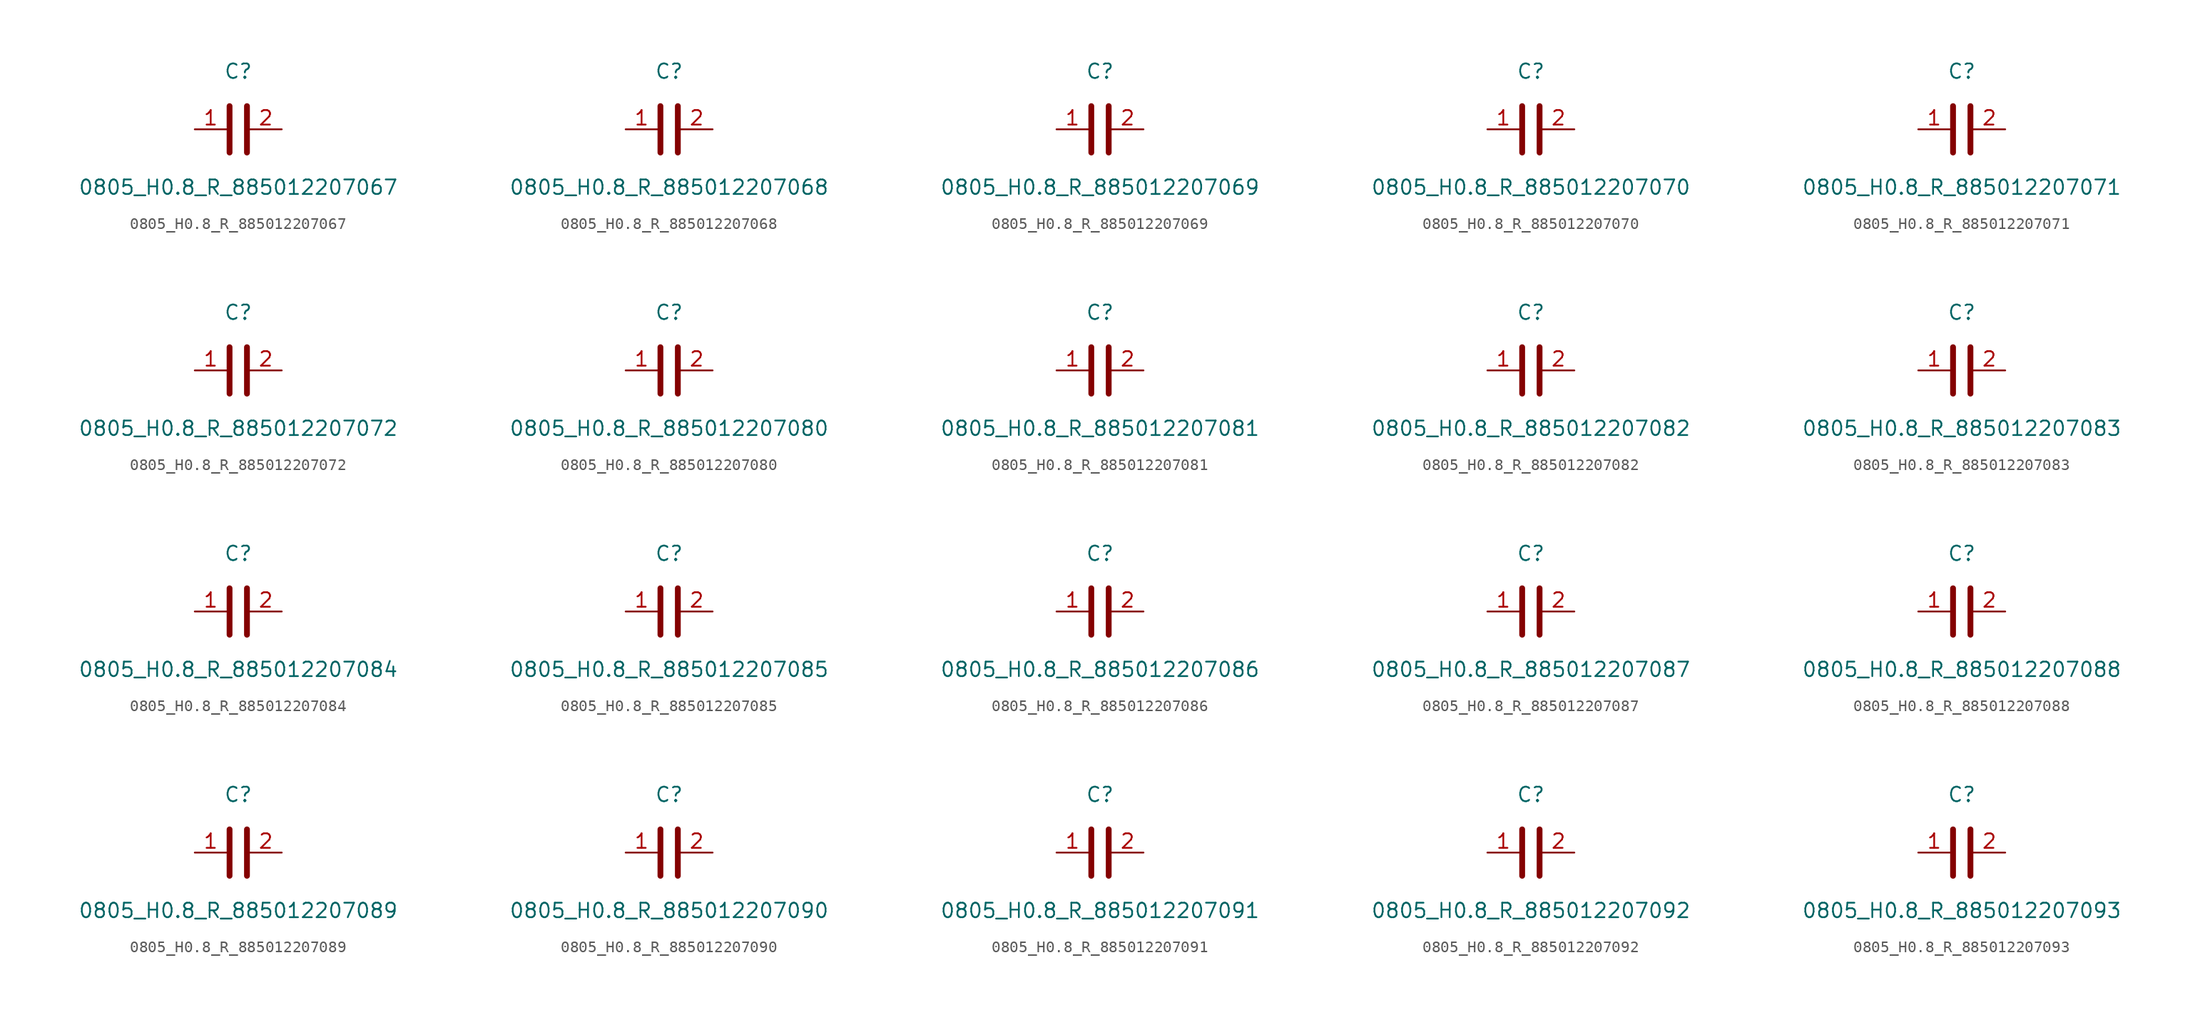
<source format=kicad_sym>
(kicad_symbol_lib
  (version 20220914)
  (generator kicad_symbol_editor)
  (symbol "0805_H0.8_R_885012207067"
    (pin_names hide)
    (property "Reference" "C"
      (at 0 5.08 0)
      (effects (font (size 1.27 1.27))))
    (property "Value" "0805_H0.8_R_885012207067"
      (at 0 -5.08 0)
      (effects (font (size 1.27 1.27))))
    (symbol "0805_H0.8_R_885012207067_0_1"
      (polyline (pts (xy -0.762 -2.032) (xy -0.762 2.032)) (stroke (width 0.508) (type default)) (fill (type none)))
      (polyline (pts (xy 0.762 -2.032) (xy 0.762 2.032)) (stroke (width 0.508) (type default)) (fill (type none))))
    (symbol "0805_H0.8_R_885012207067_1_1"
      (pin passive line (at -3.81 0 0) (length 2.794) (name "1" (effects (font (size 1.27 1.27)))) (number "1" (effects (font (size 1.27 1.27)))))
      (pin passive line (at 3.81 0 180) (length 2.794) (name "2" (effects (font (size 1.27 1.27)))) (number "2" (effects (font (size 1.27 1.27)))))))
  (symbol "0805_H0.8_R_885012207068"
    (pin_names hide)
    (property "Reference" "C"
      (at 0 5.08 0)
      (effects (font (size 1.27 1.27))))
    (property "Value" "0805_H0.8_R_885012207068"
      (at 0 -5.08 0)
      (effects (font (size 1.27 1.27))))
    (symbol "0805_H0.8_R_885012207068_0_1"
      (polyline (pts (xy -0.762 -2.032) (xy -0.762 2.032)) (stroke (width 0.508) (type default)) (fill (type none)))
      (polyline (pts (xy 0.762 -2.032) (xy 0.762 2.032)) (stroke (width 0.508) (type default)) (fill (type none))))
    (symbol "0805_H0.8_R_885012207068_1_1"
      (pin passive line (at -3.81 0 0) (length 2.794) (name "1" (effects (font (size 1.27 1.27)))) (number "1" (effects (font (size 1.27 1.27)))))
      (pin passive line (at 3.81 0 180) (length 2.794) (name "2" (effects (font (size 1.27 1.27)))) (number "2" (effects (font (size 1.27 1.27)))))))
  (symbol "0805_H0.8_R_885012207069"
    (pin_names hide)
    (property "Reference" "C"
      (at 0 5.08 0)
      (effects (font (size 1.27 1.27))))
    (property "Value" "0805_H0.8_R_885012207069"
      (at 0 -5.08 0)
      (effects (font (size 1.27 1.27))))
    (symbol "0805_H0.8_R_885012207069_0_1"
      (polyline (pts (xy -0.762 -2.032) (xy -0.762 2.032)) (stroke (width 0.508) (type default)) (fill (type none)))
      (polyline (pts (xy 0.762 -2.032) (xy 0.762 2.032)) (stroke (width 0.508) (type default)) (fill (type none))))
    (symbol "0805_H0.8_R_885012207069_1_1"
      (pin passive line (at -3.81 0 0) (length 2.794) (name "1" (effects (font (size 1.27 1.27)))) (number "1" (effects (font (size 1.27 1.27)))))
      (pin passive line (at 3.81 0 180) (length 2.794) (name "2" (effects (font (size 1.27 1.27)))) (number "2" (effects (font (size 1.27 1.27)))))))
  (symbol "0805_H0.8_R_885012207070"
    (pin_names hide)
    (property "Reference" "C"
      (at 0 5.08 0)
      (effects (font (size 1.27 1.27))))
    (property "Value" "0805_H0.8_R_885012207070"
      (at 0 -5.08 0)
      (effects (font (size 1.27 1.27))))
    (symbol "0805_H0.8_R_885012207070_0_1"
      (polyline (pts (xy -0.762 -2.032) (xy -0.762 2.032)) (stroke (width 0.508) (type default)) (fill (type none)))
      (polyline (pts (xy 0.762 -2.032) (xy 0.762 2.032)) (stroke (width 0.508) (type default)) (fill (type none))))
    (symbol "0805_H0.8_R_885012207070_1_1"
      (pin passive line (at -3.81 0 0) (length 2.794) (name "1" (effects (font (size 1.27 1.27)))) (number "1" (effects (font (size 1.27 1.27)))))
      (pin passive line (at 3.81 0 180) (length 2.794) (name "2" (effects (font (size 1.27 1.27)))) (number "2" (effects (font (size 1.27 1.27)))))))
  (symbol "0805_H0.8_R_885012207071"
    (pin_names hide)
    (property "Reference" "C"
      (at 0 5.08 0)
      (effects (font (size 1.27 1.27))))
    (property "Value" "0805_H0.8_R_885012207071"
      (at 0 -5.08 0)
      (effects (font (size 1.27 1.27))))
    (symbol "0805_H0.8_R_885012207071_0_1"
      (polyline (pts (xy -0.762 -2.032) (xy -0.762 2.032)) (stroke (width 0.508) (type default)) (fill (type none)))
      (polyline (pts (xy 0.762 -2.032) (xy 0.762 2.032)) (stroke (width 0.508) (type default)) (fill (type none))))
    (symbol "0805_H0.8_R_885012207071_1_1"
      (pin passive line (at -3.81 0 0) (length 2.794) (name "1" (effects (font (size 1.27 1.27)))) (number "1" (effects (font (size 1.27 1.27)))))
      (pin passive line (at 3.81 0 180) (length 2.794) (name "2" (effects (font (size 1.27 1.27)))) (number "2" (effects (font (size 1.27 1.27)))))))
  (symbol "0805_H0.8_R_885012207072"
    (pin_names hide)
    (property "Reference" "C"
      (at 0 5.08 0)
      (effects (font (size 1.27 1.27))))
    (property "Value" "0805_H0.8_R_885012207072"
      (at 0 -5.08 0)
      (effects (font (size 1.27 1.27))))
    (symbol "0805_H0.8_R_885012207072_0_1"
      (polyline (pts (xy -0.762 -2.032) (xy -0.762 2.032)) (stroke (width 0.508) (type default)) (fill (type none)))
      (polyline (pts (xy 0.762 -2.032) (xy 0.762 2.032)) (stroke (width 0.508) (type default)) (fill (type none))))
    (symbol "0805_H0.8_R_885012207072_1_1"
      (pin passive line (at -3.81 0 0) (length 2.794) (name "1" (effects (font (size 1.27 1.27)))) (number "1" (effects (font (size 1.27 1.27)))))
      (pin passive line (at 3.81 0 180) (length 2.794) (name "2" (effects (font (size 1.27 1.27)))) (number "2" (effects (font (size 1.27 1.27)))))))
  (symbol "0805_H0.8_R_885012207080"
    (pin_names hide)
    (property "Reference" "C"
      (at 0 5.08 0)
      (effects (font (size 1.27 1.27))))
    (property "Value" "0805_H0.8_R_885012207080"
      (at 0 -5.08 0)
      (effects (font (size 1.27 1.27))))
    (symbol "0805_H0.8_R_885012207080_0_1"
      (polyline (pts (xy -0.762 -2.032) (xy -0.762 2.032)) (stroke (width 0.508) (type default)) (fill (type none)))
      (polyline (pts (xy 0.762 -2.032) (xy 0.762 2.032)) (stroke (width 0.508) (type default)) (fill (type none))))
    (symbol "0805_H0.8_R_885012207080_1_1"
      (pin passive line (at -3.81 0 0) (length 2.794) (name "1" (effects (font (size 1.27 1.27)))) (number "1" (effects (font (size 1.27 1.27)))))
      (pin passive line (at 3.81 0 180) (length 2.794) (name "2" (effects (font (size 1.27 1.27)))) (number "2" (effects (font (size 1.27 1.27)))))))
  (symbol "0805_H0.8_R_885012207081"
    (pin_names hide)
    (property "Reference" "C"
      (at 0 5.08 0)
      (effects (font (size 1.27 1.27))))
    (property "Value" "0805_H0.8_R_885012207081"
      (at 0 -5.08 0)
      (effects (font (size 1.27 1.27))))
    (symbol "0805_H0.8_R_885012207081_0_1"
      (polyline (pts (xy -0.762 -2.032) (xy -0.762 2.032)) (stroke (width 0.508) (type default)) (fill (type none)))
      (polyline (pts (xy 0.762 -2.032) (xy 0.762 2.032)) (stroke (width 0.508) (type default)) (fill (type none))))
    (symbol "0805_H0.8_R_885012207081_1_1"
      (pin passive line (at -3.81 0 0) (length 2.794) (name "1" (effects (font (size 1.27 1.27)))) (number "1" (effects (font (size 1.27 1.27)))))
      (pin passive line (at 3.81 0 180) (length 2.794) (name "2" (effects (font (size 1.27 1.27)))) (number "2" (effects (font (size 1.27 1.27)))))))
  (symbol "0805_H0.8_R_885012207082"
    (pin_names hide)
    (property "Reference" "C"
      (at 0 5.08 0)
      (effects (font (size 1.27 1.27))))
    (property "Value" "0805_H0.8_R_885012207082"
      (at 0 -5.08 0)
      (effects (font (size 1.27 1.27))))
    (symbol "0805_H0.8_R_885012207082_0_1"
      (polyline (pts (xy -0.762 -2.032) (xy -0.762 2.032)) (stroke (width 0.508) (type default)) (fill (type none)))
      (polyline (pts (xy 0.762 -2.032) (xy 0.762 2.032)) (stroke (width 0.508) (type default)) (fill (type none))))
    (symbol "0805_H0.8_R_885012207082_1_1"
      (pin passive line (at -3.81 0 0) (length 2.794) (name "1" (effects (font (size 1.27 1.27)))) (number "1" (effects (font (size 1.27 1.27)))))
      (pin passive line (at 3.81 0 180) (length 2.794) (name "2" (effects (font (size 1.27 1.27)))) (number "2" (effects (font (size 1.27 1.27)))))))
  (symbol "0805_H0.8_R_885012207083"
    (pin_names hide)
    (property "Reference" "C"
      (at 0 5.08 0)
      (effects (font (size 1.27 1.27))))
    (property "Value" "0805_H0.8_R_885012207083"
      (at 0 -5.08 0)
      (effects (font (size 1.27 1.27))))
    (symbol "0805_H0.8_R_885012207083_0_1"
      (polyline (pts (xy -0.762 -2.032) (xy -0.762 2.032)) (stroke (width 0.508) (type default)) (fill (type none)))
      (polyline (pts (xy 0.762 -2.032) (xy 0.762 2.032)) (stroke (width 0.508) (type default)) (fill (type none))))
    (symbol "0805_H0.8_R_885012207083_1_1"
      (pin passive line (at -3.81 0 0) (length 2.794) (name "1" (effects (font (size 1.27 1.27)))) (number "1" (effects (font (size 1.27 1.27)))))
      (pin passive line (at 3.81 0 180) (length 2.794) (name "2" (effects (font (size 1.27 1.27)))) (number "2" (effects (font (size 1.27 1.27)))))))
  (symbol "0805_H0.8_R_885012207084"
    (pin_names hide)
    (property "Reference" "C"
      (at 0 5.08 0)
      (effects (font (size 1.27 1.27))))
    (property "Value" "0805_H0.8_R_885012207084"
      (at 0 -5.08 0)
      (effects (font (size 1.27 1.27))))
    (symbol "0805_H0.8_R_885012207084_0_1"
      (polyline (pts (xy -0.762 -2.032) (xy -0.762 2.032)) (stroke (width 0.508) (type default)) (fill (type none)))
      (polyline (pts (xy 0.762 -2.032) (xy 0.762 2.032)) (stroke (width 0.508) (type default)) (fill (type none))))
    (symbol "0805_H0.8_R_885012207084_1_1"
      (pin passive line (at -3.81 0 0) (length 2.794) (name "1" (effects (font (size 1.27 1.27)))) (number "1" (effects (font (size 1.27 1.27)))))
      (pin passive line (at 3.81 0 180) (length 2.794) (name "2" (effects (font (size 1.27 1.27)))) (number "2" (effects (font (size 1.27 1.27)))))))
  (symbol "0805_H0.8_R_885012207085"
    (pin_names hide)
    (property "Reference" "C"
      (at 0 5.08 0)
      (effects (font (size 1.27 1.27))))
    (property "Value" "0805_H0.8_R_885012207085"
      (at 0 -5.08 0)
      (effects (font (size 1.27 1.27))))
    (symbol "0805_H0.8_R_885012207085_0_1"
      (polyline (pts (xy -0.762 -2.032) (xy -0.762 2.032)) (stroke (width 0.508) (type default)) (fill (type none)))
      (polyline (pts (xy 0.762 -2.032) (xy 0.762 2.032)) (stroke (width 0.508) (type default)) (fill (type none))))
    (symbol "0805_H0.8_R_885012207085_1_1"
      (pin passive line (at -3.81 0 0) (length 2.794) (name "1" (effects (font (size 1.27 1.27)))) (number "1" (effects (font (size 1.27 1.27)))))
      (pin passive line (at 3.81 0 180) (length 2.794) (name "2" (effects (font (size 1.27 1.27)))) (number "2" (effects (font (size 1.27 1.27)))))))
  (symbol "0805_H0.8_R_885012207086"
    (pin_names hide)
    (property "Reference" "C"
      (at 0 5.08 0)
      (effects (font (size 1.27 1.27))))
    (property "Value" "0805_H0.8_R_885012207086"
      (at 0 -5.08 0)
      (effects (font (size 1.27 1.27))))
    (symbol "0805_H0.8_R_885012207086_0_1"
      (polyline (pts (xy -0.762 -2.032) (xy -0.762 2.032)) (stroke (width 0.508) (type default)) (fill (type none)))
      (polyline (pts (xy 0.762 -2.032) (xy 0.762 2.032)) (stroke (width 0.508) (type default)) (fill (type none))))
    (symbol "0805_H0.8_R_885012207086_1_1"
      (pin passive line (at -3.81 0 0) (length 2.794) (name "1" (effects (font (size 1.27 1.27)))) (number "1" (effects (font (size 1.27 1.27)))))
      (pin passive line (at 3.81 0 180) (length 2.794) (name "2" (effects (font (size 1.27 1.27)))) (number "2" (effects (font (size 1.27 1.27)))))))
  (symbol "0805_H0.8_R_885012207087"
    (pin_names hide)
    (property "Reference" "C"
      (at 0 5.08 0)
      (effects (font (size 1.27 1.27))))
    (property "Value" "0805_H0.8_R_885012207087"
      (at 0 -5.08 0)
      (effects (font (size 1.27 1.27))))
    (symbol "0805_H0.8_R_885012207087_0_1"
      (polyline (pts (xy -0.762 -2.032) (xy -0.762 2.032)) (stroke (width 0.508) (type default)) (fill (type none)))
      (polyline (pts (xy 0.762 -2.032) (xy 0.762 2.032)) (stroke (width 0.508) (type default)) (fill (type none))))
    (symbol "0805_H0.8_R_885012207087_1_1"
      (pin passive line (at -3.81 0 0) (length 2.794) (name "1" (effects (font (size 1.27 1.27)))) (number "1" (effects (font (size 1.27 1.27)))))
      (pin passive line (at 3.81 0 180) (length 2.794) (name "2" (effects (font (size 1.27 1.27)))) (number "2" (effects (font (size 1.27 1.27)))))))
  (symbol "0805_H0.8_R_885012207088"
    (pin_names hide)
    (property "Reference" "C"
      (at 0 5.08 0)
      (effects (font (size 1.27 1.27))))
    (property "Value" "0805_H0.8_R_885012207088"
      (at 0 -5.08 0)
      (effects (font (size 1.27 1.27))))
    (symbol "0805_H0.8_R_885012207088_0_1"
      (polyline (pts (xy -0.762 -2.032) (xy -0.762 2.032)) (stroke (width 0.508) (type default)) (fill (type none)))
      (polyline (pts (xy 0.762 -2.032) (xy 0.762 2.032)) (stroke (width 0.508) (type default)) (fill (type none))))
    (symbol "0805_H0.8_R_885012207088_1_1"
      (pin passive line (at -3.81 0 0) (length 2.794) (name "1" (effects (font (size 1.27 1.27)))) (number "1" (effects (font (size 1.27 1.27)))))
      (pin passive line (at 3.81 0 180) (length 2.794) (name "2" (effects (font (size 1.27 1.27)))) (number "2" (effects (font (size 1.27 1.27)))))))
  (symbol "0805_H0.8_R_885012207089"
    (pin_names hide)
    (property "Reference" "C"
      (at 0 5.08 0)
      (effects (font (size 1.27 1.27))))
    (property "Value" "0805_H0.8_R_885012207089"
      (at 0 -5.08 0)
      (effects (font (size 1.27 1.27))))
    (symbol "0805_H0.8_R_885012207089_0_1"
      (polyline (pts (xy -0.762 -2.032) (xy -0.762 2.032)) (stroke (width 0.508) (type default)) (fill (type none)))
      (polyline (pts (xy 0.762 -2.032) (xy 0.762 2.032)) (stroke (width 0.508) (type default)) (fill (type none))))
    (symbol "0805_H0.8_R_885012207089_1_1"
      (pin passive line (at -3.81 0 0) (length 2.794) (name "1" (effects (font (size 1.27 1.27)))) (number "1" (effects (font (size 1.27 1.27)))))
      (pin passive line (at 3.81 0 180) (length 2.794) (name "2" (effects (font (size 1.27 1.27)))) (number "2" (effects (font (size 1.27 1.27)))))))
  (symbol "0805_H0.8_R_885012207090"
    (pin_names hide)
    (property "Reference" "C"
      (at 0 5.08 0)
      (effects (font (size 1.27 1.27))))
    (property "Value" "0805_H0.8_R_885012207090"
      (at 0 -5.08 0)
      (effects (font (size 1.27 1.27))))
    (symbol "0805_H0.8_R_885012207090_0_1"
      (polyline (pts (xy -0.762 -2.032) (xy -0.762 2.032)) (stroke (width 0.508) (type default)) (fill (type none)))
      (polyline (pts (xy 0.762 -2.032) (xy 0.762 2.032)) (stroke (width 0.508) (type default)) (fill (type none))))
    (symbol "0805_H0.8_R_885012207090_1_1"
      (pin passive line (at -3.81 0 0) (length 2.794) (name "1" (effects (font (size 1.27 1.27)))) (number "1" (effects (font (size 1.27 1.27)))))
      (pin passive line (at 3.81 0 180) (length 2.794) (name "2" (effects (font (size 1.27 1.27)))) (number "2" (effects (font (size 1.27 1.27)))))))
  (symbol "0805_H0.8_R_885012207091"
    (pin_names hide)
    (property "Reference" "C"
      (at 0 5.08 0)
      (effects (font (size 1.27 1.27))))
    (property "Value" "0805_H0.8_R_885012207091"
      (at 0 -5.08 0)
      (effects (font (size 1.27 1.27))))
    (symbol "0805_H0.8_R_885012207091_0_1"
      (polyline (pts (xy -0.762 -2.032) (xy -0.762 2.032)) (stroke (width 0.508) (type default)) (fill (type none)))
      (polyline (pts (xy 0.762 -2.032) (xy 0.762 2.032)) (stroke (width 0.508) (type default)) (fill (type none))))
    (symbol "0805_H0.8_R_885012207091_1_1"
      (pin passive line (at -3.81 0 0) (length 2.794) (name "1" (effects (font (size 1.27 1.27)))) (number "1" (effects (font (size 1.27 1.27)))))
      (pin passive line (at 3.81 0 180) (length 2.794) (name "2" (effects (font (size 1.27 1.27)))) (number "2" (effects (font (size 1.27 1.27)))))))
  (symbol "0805_H0.8_R_885012207092"
    (pin_names hide)
    (property "Reference" "C"
      (at 0 5.08 0)
      (effects (font (size 1.27 1.27))))
    (property "Value" "0805_H0.8_R_885012207092"
      (at 0 -5.08 0)
      (effects (font (size 1.27 1.27))))
    (symbol "0805_H0.8_R_885012207092_0_1"
      (polyline (pts (xy -0.762 -2.032) (xy -0.762 2.032)) (stroke (width 0.508) (type default)) (fill (type none)))
      (polyline (pts (xy 0.762 -2.032) (xy 0.762 2.032)) (stroke (width 0.508) (type default)) (fill (type none))))
    (symbol "0805_H0.8_R_885012207092_1_1"
      (pin passive line (at -3.81 0 0) (length 2.794) (name "1" (effects (font (size 1.27 1.27)))) (number "1" (effects (font (size 1.27 1.27)))))
      (pin passive line (at 3.81 0 180) (length 2.794) (name "2" (effects (font (size 1.27 1.27)))) (number "2" (effects (font (size 1.27 1.27)))))))
  (symbol "0805_H0.8_R_885012207093"
    (pin_names hide)
    (property "Reference" "C"
      (at 0 5.08 0)
      (effects (font (size 1.27 1.27))))
    (property "Value" "0805_H0.8_R_885012207093"
      (at 0 -5.08 0)
      (effects (font (size 1.27 1.27))))
    (symbol "0805_H0.8_R_885012207093_0_1"
      (polyline (pts (xy -0.762 -2.032) (xy -0.762 2.032)) (stroke (width 0.508) (type default)) (fill (type none)))
      (polyline (pts (xy 0.762 -2.032) (xy 0.762 2.032)) (stroke (width 0.508) (type default)) (fill (type none))))
    (symbol "0805_H0.8_R_885012207093_1_1"
      (pin passive line (at -3.81 0 0) (length 2.794) (name "1" (effects (font (size 1.27 1.27)))) (number "1" (effects (font (size 1.27 1.27)))))
      (pin passive line (at 3.81 0 180) (length 2.794) (name "2" (effects (font (size 1.27 1.27)))) (number "2" (effects (font (size 1.27 1.27))))))))
</source>
